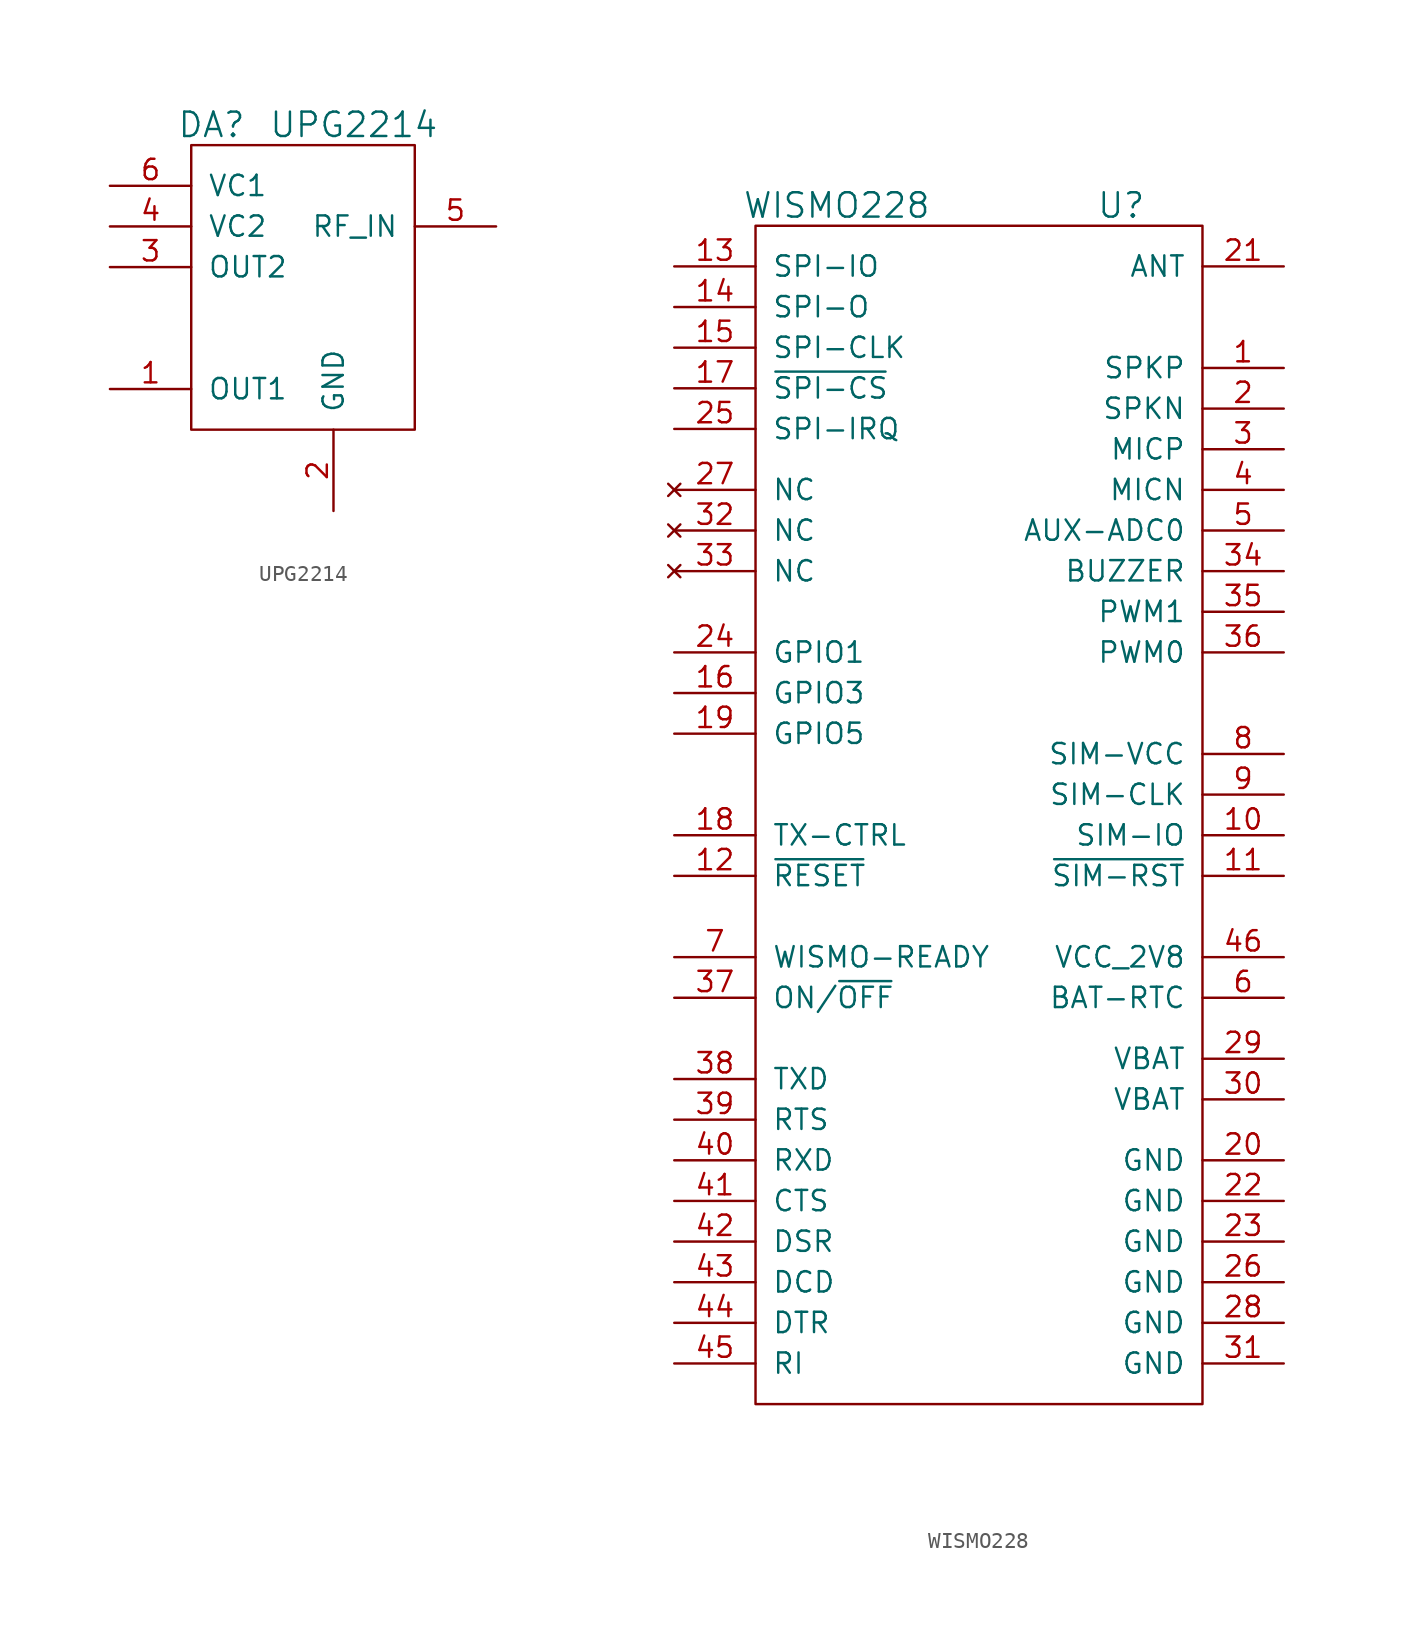
<source format=kicad_sym>
(kicad_symbol_lib
  (version 20211014)
  (generator kicad_symbol_editor)
  (symbol "UPG2214"
    (pin_names
      (offset 1.016))
    (property "Reference" "DA"
      (at -6.35 8.89 0)
      (effects (font (size 1.524 1.524))))
    (property "Value" "UPG2214"
      (at 2.54 8.89 0)
      (effects (font (size 1.524 1.524))))
    (property "Footprint" ""
      (at 0 0 0)
      (effects (font (size 1.524 1.524))))
    (property "Datasheet" ""
      (at 0 0 0)
      (effects (font (size 1.524 1.524))))
    (symbol "UPG2214_0_1"
      (rectangle (start -7.62 7.62) (end 6.35 -10.16) (stroke (width 0) (type default) (color 0 0 0 0)) (fill (type none))))
    (symbol "UPG2214_1_1"
      (pin passive line (at -12.7 -7.62 0) (length 5.08) (name "OUT1" (effects (font (size 1.27 1.27)))) (number "1" (effects (font (size 1.27 1.27)))))
      (pin passive line (at 1.27 -15.24 90) (length 5.08) (name "GND" (effects (font (size 1.27 1.27)))) (number "2" (effects (font (size 1.27 1.27)))))
      (pin passive line (at -12.7 0 0) (length 5.08) (name "OUT2" (effects (font (size 1.27 1.27)))) (number "3" (effects (font (size 1.27 1.27)))))
      (pin passive line (at -12.7 2.54 0) (length 5.08) (name "VC2" (effects (font (size 1.27 1.27)))) (number "4" (effects (font (size 1.27 1.27)))))
      (pin passive line (at 11.43 2.54 180) (length 5.08) (name "RF_IN" (effects (font (size 1.27 1.27)))) (number "5" (effects (font (size 1.27 1.27)))))
      (pin passive line (at -12.7 5.08 0) (length 5.08) (name "VC1" (effects (font (size 1.27 1.27)))) (number "6" (effects (font (size 1.27 1.27)))))))
  (symbol "WISMO228"
    (pin_names
      (offset 1.016))
    (property "Reference" "U"
      (at 8.89 35.56 0)
      (effects (font (size 1.524 1.524))))
    (property "Value" "WISMO228"
      (at -8.89 35.56 0)
      (effects (font (size 1.524 1.524))))
    (property "Footprint" ""
      (at 0 0 0)
      (effects (font (size 1.524 1.524))))
    (property "Datasheet" ""
      (at 0 0 0)
      (effects (font (size 1.524 1.524))))
    (symbol "WISMO228_0_1"
      (rectangle (start 13.97 34.29) (end -13.97 -39.37) (stroke (width 0) (type default) (color 0 0 0 0)) (fill (type none))))
    (symbol "WISMO228_1_1"
      (pin passive line (at 19.05 25.4 180) (length 5.08) (name "SPKP" (effects (font (size 1.27 1.27)))) (number "1" (effects (font (size 1.27 1.27)))))
      (pin passive line (at 19.05 -3.81 180) (length 5.08) (name "SIM-IO" (effects (font (size 1.27 1.27)))) (number "10" (effects (font (size 1.27 1.27)))))
      (pin passive line (at 19.05 -6.35 180) (length 5.08) (name "~{SIM-RST}" (effects (font (size 1.27 1.27)))) (number "11" (effects (font (size 1.27 1.27)))))
      (pin passive line (at -19.05 -6.35 0) (length 5.08) (name "~{RESET}" (effects (font (size 1.27 1.27)))) (number "12" (effects (font (size 1.27 1.27)))))
      (pin passive line (at -19.05 31.75 0) (length 5.08) (name "SPI-IO" (effects (font (size 1.27 1.27)))) (number "13" (effects (font (size 1.27 1.27)))))
      (pin passive line (at -19.05 29.21 0) (length 5.08) (name "SPI-O" (effects (font (size 1.27 1.27)))) (number "14" (effects (font (size 1.27 1.27)))))
      (pin passive line (at -19.05 26.67 0) (length 5.08) (name "SPI-CLK" (effects (font (size 1.27 1.27)))) (number "15" (effects (font (size 1.27 1.27)))))
      (pin passive line (at -19.05 5.08 0) (length 5.08) (name "GPIO3" (effects (font (size 1.27 1.27)))) (number "16" (effects (font (size 1.27 1.27)))))
      (pin passive line (at -19.05 24.13 0) (length 5.08) (name "~{SPI-CS}" (effects (font (size 1.27 1.27)))) (number "17" (effects (font (size 1.27 1.27)))))
      (pin passive line (at -19.05 -3.81 0) (length 5.08) (name "TX-CTRL" (effects (font (size 1.27 1.27)))) (number "18" (effects (font (size 1.27 1.27)))))
      (pin passive line (at -19.05 2.54 0) (length 5.08) (name "GPIO5" (effects (font (size 1.27 1.27)))) (number "19" (effects (font (size 1.27 1.27)))))
      (pin passive line (at 19.05 22.86 180) (length 5.08) (name "SPKN" (effects (font (size 1.27 1.27)))) (number "2" (effects (font (size 1.27 1.27)))))
      (pin power_in line (at 19.05 -24.13 180) (length 5.08) (name "GND" (effects (font (size 1.27 1.27)))) (number "20" (effects (font (size 1.27 1.27)))))
      (pin passive line (at 19.05 31.75 180) (length 5.08) (name "ANT" (effects (font (size 1.27 1.27)))) (number "21" (effects (font (size 1.27 1.27)))))
      (pin power_in line (at 19.05 -26.67 180) (length 5.08) (name "GND" (effects (font (size 1.27 1.27)))) (number "22" (effects (font (size 1.27 1.27)))))
      (pin power_in line (at 19.05 -29.21 180) (length 5.08) (name "GND" (effects (font (size 1.27 1.27)))) (number "23" (effects (font (size 1.27 1.27)))))
      (pin passive line (at -19.05 7.62 0) (length 5.08) (name "GPIO1" (effects (font (size 1.27 1.27)))) (number "24" (effects (font (size 1.27 1.27)))))
      (pin passive line (at -19.05 21.59 0) (length 5.08) (name "SPI-IRQ" (effects (font (size 1.27 1.27)))) (number "25" (effects (font (size 1.27 1.27)))))
      (pin power_in line (at 19.05 -31.75 180) (length 5.08) (name "GND" (effects (font (size 1.27 1.27)))) (number "26" (effects (font (size 1.27 1.27)))))
      (pin no_connect line (at -19.05 17.78 0) (length 5.08) (name "NC" (effects (font (size 1.27 1.27)))) (number "27" (effects (font (size 1.27 1.27)))))
      (pin power_in line (at 19.05 -34.29 180) (length 5.08) (name "GND" (effects (font (size 1.27 1.27)))) (number "28" (effects (font (size 1.27 1.27)))))
      (pin power_in line (at 19.05 -17.78 180) (length 5.08) (name "VBAT" (effects (font (size 1.27 1.27)))) (number "29" (effects (font (size 1.27 1.27)))))
      (pin passive line (at 19.05 20.32 180) (length 5.08) (name "MICP" (effects (font (size 1.27 1.27)))) (number "3" (effects (font (size 1.27 1.27)))))
      (pin power_in line (at 19.05 -20.32 180) (length 5.08) (name "VBAT" (effects (font (size 1.27 1.27)))) (number "30" (effects (font (size 1.27 1.27)))))
      (pin power_in line (at 19.05 -36.83 180) (length 5.08) (name "GND" (effects (font (size 1.27 1.27)))) (number "31" (effects (font (size 1.27 1.27)))))
      (pin no_connect line (at -19.05 15.24 0) (length 5.08) (name "NC" (effects (font (size 1.27 1.27)))) (number "32" (effects (font (size 1.27 1.27)))))
      (pin no_connect line (at -19.05 12.7 0) (length 5.08) (name "NC" (effects (font (size 1.27 1.27)))) (number "33" (effects (font (size 1.27 1.27)))))
      (pin passive line (at 19.05 12.7 180) (length 5.08) (name "BUZZER" (effects (font (size 1.27 1.27)))) (number "34" (effects (font (size 1.27 1.27)))))
      (pin passive line (at 19.05 10.16 180) (length 5.08) (name "PWM1" (effects (font (size 1.27 1.27)))) (number "35" (effects (font (size 1.27 1.27)))))
      (pin passive line (at 19.05 7.62 180) (length 5.08) (name "PWM0" (effects (font (size 1.27 1.27)))) (number "36" (effects (font (size 1.27 1.27)))))
      (pin passive line (at -19.05 -13.97 0) (length 5.08) (name "ON/~{OFF}" (effects (font (size 1.27 1.27)))) (number "37" (effects (font (size 1.27 1.27)))))
      (pin passive line (at -19.05 -19.05 0) (length 5.08) (name "TXD" (effects (font (size 1.27 1.27)))) (number "38" (effects (font (size 1.27 1.27)))))
      (pin passive line (at -19.05 -21.59 0) (length 5.08) (name "RTS" (effects (font (size 1.27 1.27)))) (number "39" (effects (font (size 1.27 1.27)))))
      (pin passive line (at 19.05 17.78 180) (length 5.08) (name "MICN" (effects (font (size 1.27 1.27)))) (number "4" (effects (font (size 1.27 1.27)))))
      (pin passive line (at -19.05 -24.13 0) (length 5.08) (name "RXD" (effects (font (size 1.27 1.27)))) (number "40" (effects (font (size 1.27 1.27)))))
      (pin passive line (at -19.05 -26.67 0) (length 5.08) (name "CTS" (effects (font (size 1.27 1.27)))) (number "41" (effects (font (size 1.27 1.27)))))
      (pin passive line (at -19.05 -29.21 0) (length 5.08) (name "DSR" (effects (font (size 1.27 1.27)))) (number "42" (effects (font (size 1.27 1.27)))))
      (pin passive line (at -19.05 -31.75 0) (length 5.08) (name "DCD" (effects (font (size 1.27 1.27)))) (number "43" (effects (font (size 1.27 1.27)))))
      (pin passive line (at -19.05 -34.29 0) (length 5.08) (name "DTR" (effects (font (size 1.27 1.27)))) (number "44" (effects (font (size 1.27 1.27)))))
      (pin passive line (at -19.05 -36.83 0) (length 5.08) (name "RI" (effects (font (size 1.27 1.27)))) (number "45" (effects (font (size 1.27 1.27)))))
      (pin passive line (at 19.05 -11.43 180) (length 5.08) (name "VCC_2V8" (effects (font (size 1.27 1.27)))) (number "46" (effects (font (size 1.27 1.27)))))
      (pin passive line (at 19.05 15.24 180) (length 5.08) (name "AUX-ADC0" (effects (font (size 1.27 1.27)))) (number "5" (effects (font (size 1.27 1.27)))))
      (pin passive line (at 19.05 -13.97 180) (length 5.08) (name "BAT-RTC" (effects (font (size 1.27 1.27)))) (number "6" (effects (font (size 1.27 1.27)))))
      (pin passive line (at -19.05 -11.43 0) (length 5.08) (name "WISMO-READY" (effects (font (size 1.27 1.27)))) (number "7" (effects (font (size 1.27 1.27)))))
      (pin passive line (at 19.05 1.27 180) (length 5.08) (name "SIM-VCC" (effects (font (size 1.27 1.27)))) (number "8" (effects (font (size 1.27 1.27)))))
      (pin passive line (at 19.05 -1.27 180) (length 5.08) (name "SIM-CLK" (effects (font (size 1.27 1.27)))) (number "9" (effects (font (size 1.27 1.27))))))))
</source>
